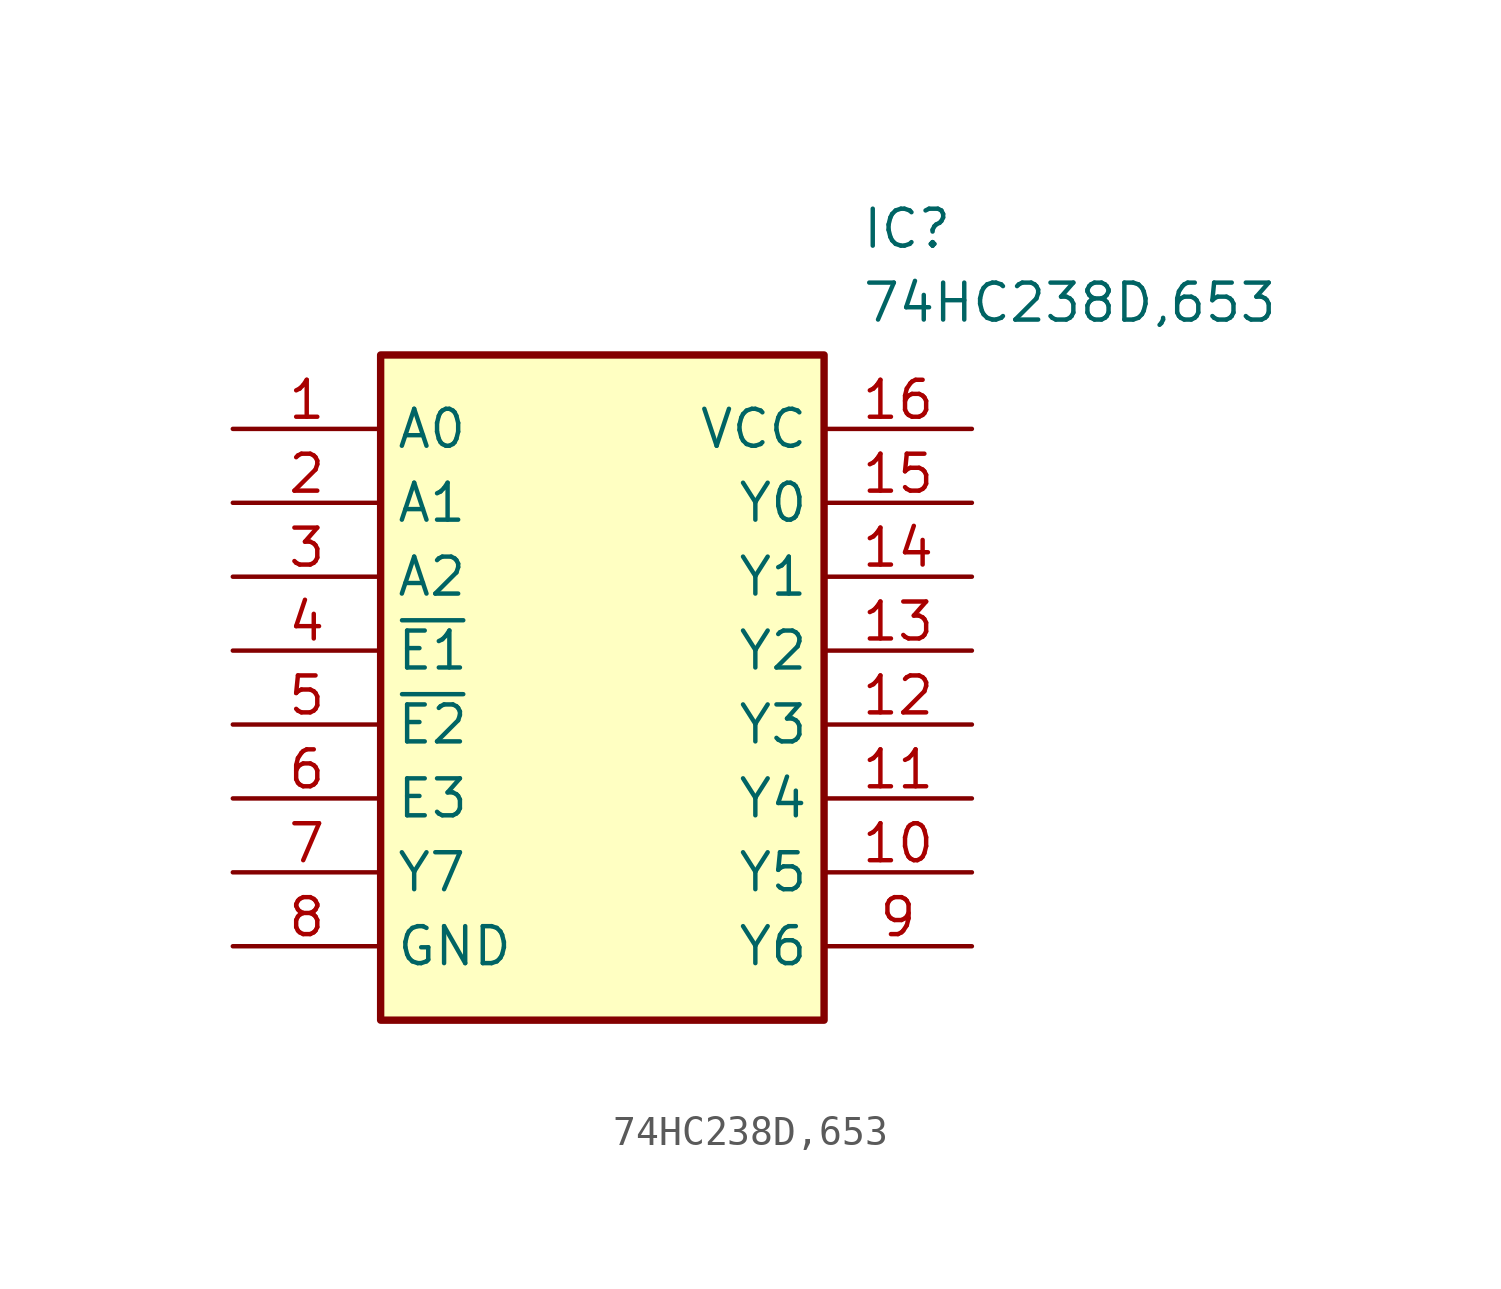
<source format=kicad_sym>
(kicad_symbol_lib
  (version 20211014)
  (generator SamacSys_ECAD_Model)
  (symbol "74HC238D,653"
    (property "Reference" "IC"
      (at 21.59 7.62 0)
      (effects (font (size 1.27 1.27)) (justify left top)))
    (property "Value" "74HC238D,653"
      (at 21.59 5.08 0)
      (effects (font (size 1.27 1.27)) (justify left top)))
    (rectangle
      (start 5.08 2.54)
      (end 20.32 -20.32)
      (stroke (width 0.254) (type default))
      (fill (type background)))
    (pin passive line
      (at 0 0 0)
      (length 5.08)
      (name "A0" (effects (font (size 1.27 1.27))))
      (number "1" (effects (font (size 1.27 1.27)))))
    (pin passive line
      (at 0 -2.54 0)
      (length 5.08)
      (name "A1" (effects (font (size 1.27 1.27))))
      (number "2" (effects (font (size 1.27 1.27)))))
    (pin passive line
      (at 0 -5.08 0)
      (length 5.08)
      (name "A2" (effects (font (size 1.27 1.27))))
      (number "3" (effects (font (size 1.27 1.27)))))
    (pin passive line
      (at 0 -7.62 0)
      (length 5.08)
      (name "~{E1}" (effects (font (size 1.27 1.27))))
      (number "4" (effects (font (size 1.27 1.27)))))
    (pin passive line
      (at 0 -10.16 0)
      (length 5.08)
      (name "~{E2}" (effects (font (size 1.27 1.27))))
      (number "5" (effects (font (size 1.27 1.27)))))
    (pin passive line
      (at 0 -12.7 0)
      (length 5.08)
      (name "E3" (effects (font (size 1.27 1.27))))
      (number "6" (effects (font (size 1.27 1.27)))))
    (pin passive line
      (at 0 -15.24 0)
      (length 5.08)
      (name "Y7" (effects (font (size 1.27 1.27))))
      (number "7" (effects (font (size 1.27 1.27)))))
    (pin passive line
      (at 0 -17.78 0)
      (length 5.08)
      (name "GND" (effects (font (size 1.27 1.27))))
      (number "8" (effects (font (size 1.27 1.27)))))
    (pin passive line
      (at 25.4 -17.78 180)
      (length 5.08)
      (name "Y6" (effects (font (size 1.27 1.27))))
      (number "9" (effects (font (size 1.27 1.27)))))
    (pin passive line
      (at 25.4 -15.24 180)
      (length 5.08)
      (name "Y5" (effects (font (size 1.27 1.27))))
      (number "10" (effects (font (size 1.27 1.27)))))
    (pin passive line
      (at 25.4 -12.7 180)
      (length 5.08)
      (name "Y4" (effects (font (size 1.27 1.27))))
      (number "11" (effects (font (size 1.27 1.27)))))
    (pin passive line
      (at 25.4 -10.16 180)
      (length 5.08)
      (name "Y3" (effects (font (size 1.27 1.27))))
      (number "12" (effects (font (size 1.27 1.27)))))
    (pin passive line
      (at 25.4 -7.62 180)
      (length 5.08)
      (name "Y2" (effects (font (size 1.27 1.27))))
      (number "13" (effects (font (size 1.27 1.27)))))
    (pin passive line
      (at 25.4 -5.08 180)
      (length 5.08)
      (name "Y1" (effects (font (size 1.27 1.27))))
      (number "14" (effects (font (size 1.27 1.27)))))
    (pin passive line
      (at 25.4 -2.54 180)
      (length 5.08)
      (name "Y0" (effects (font (size 1.27 1.27))))
      (number "15" (effects (font (size 1.27 1.27)))))
    (pin passive line
      (at 25.4 0 180)
      (length 5.08)
      (name "VCC" (effects (font (size 1.27 1.27))))
      (number "16" (effects (font (size 1.27 1.27)))))))
</source>
